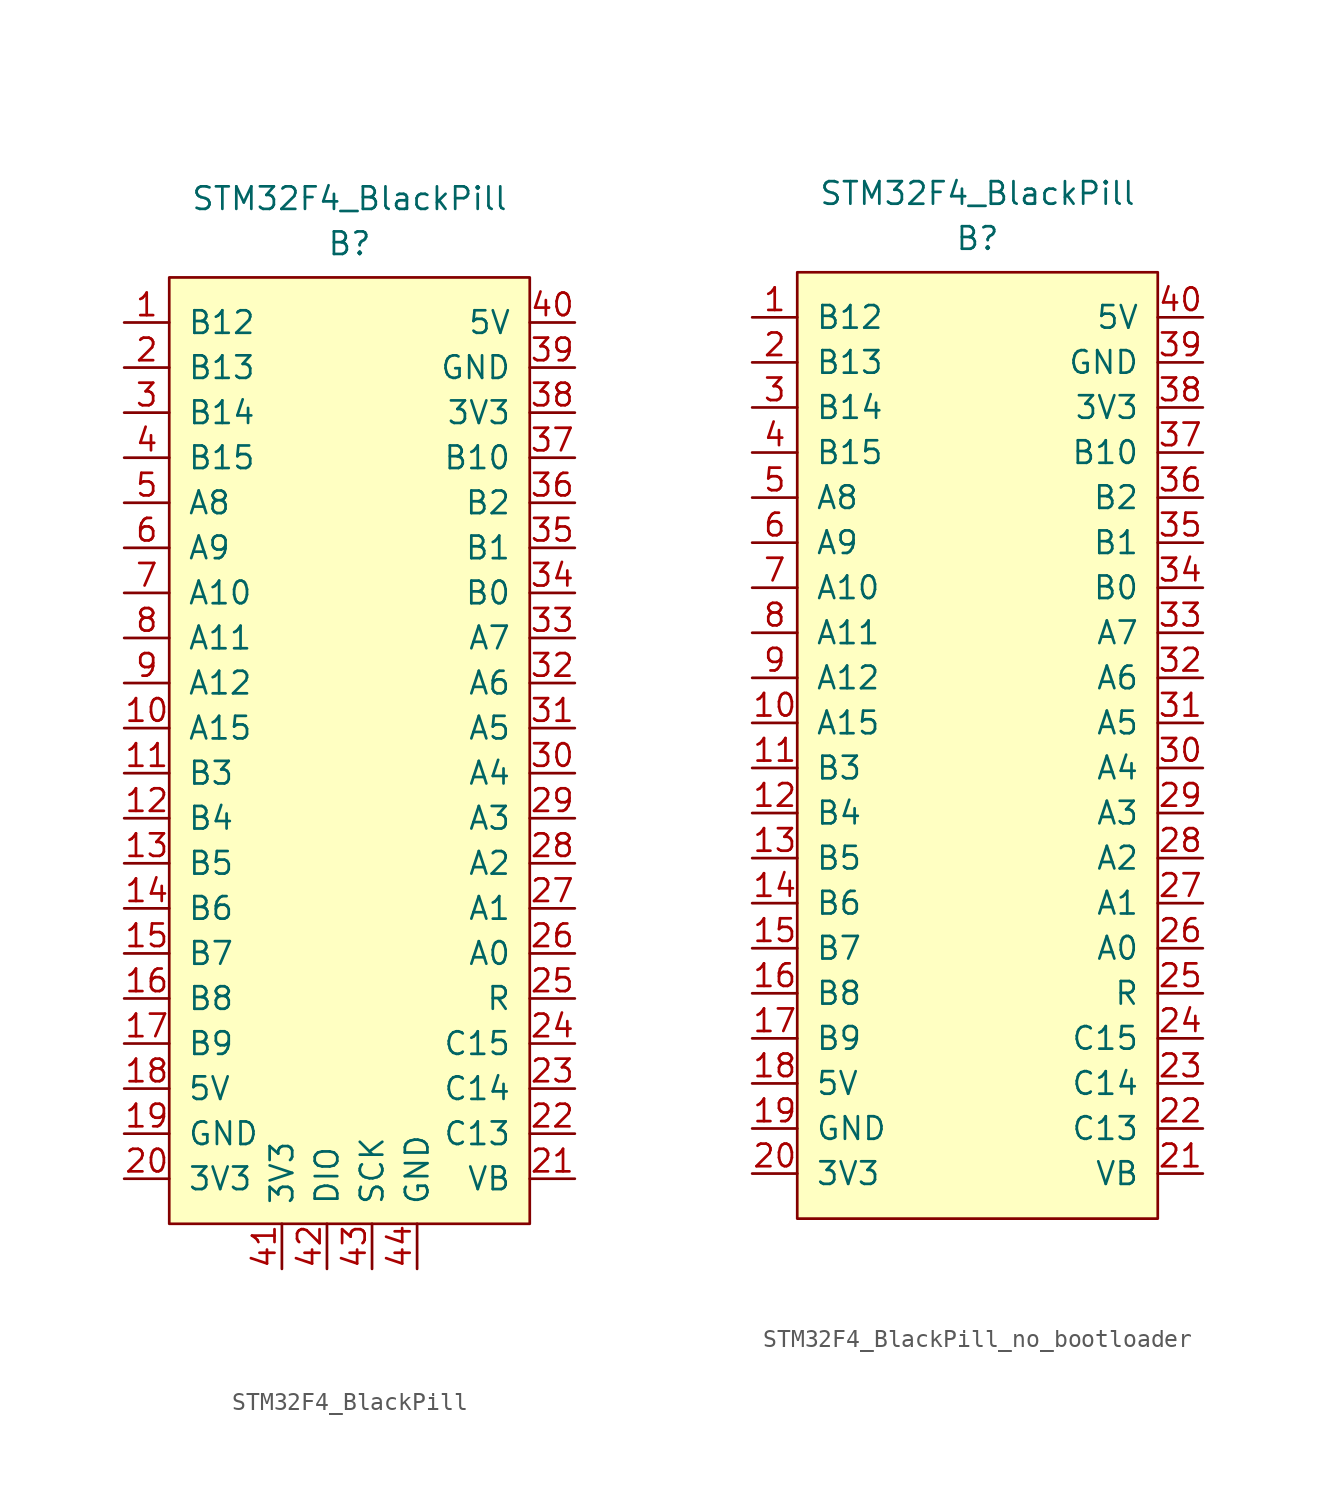
<source format=kicad_sym>
(kicad_symbol_lib
  (version 20241209)
  (generator "kicad_symbol_editor")
  (generator_version "9.0")
  (symbol "STM32F4_BlackPill"
    (pin_names
      (offset 1.016))
    (property "Reference" "B"
      (at 0 28.575 0)
      (effects (font (size 1.27 1.27))))
    (property "Value" "STM32F4_BlackPill"
      (at 0 31.115 0)
      (effects (font (size 1.27 1.27))))
    (symbol "STM32F4_BlackPill_0_1"
      (rectangle (start -10.16 -26.67) (end 10.16 26.67) (stroke (width 0) (type solid)) (fill (type background))))
    (symbol "STM32F4_BlackPill_1_1"
      (pin bidirectional line (at -12.7 24.13 0) (length 2.54) (name "B12" (effects (font (size 1.27 1.27)))) (number "1" (effects (font (size 1.27 1.27)))))
      (pin bidirectional line (at -12.7 21.59 0) (length 2.54) (name "B13" (effects (font (size 1.27 1.27)))) (number "2" (effects (font (size 1.27 1.27)))))
      (pin bidirectional line (at -12.7 19.05 0) (length 2.54) (name "B14" (effects (font (size 1.27 1.27)))) (number "3" (effects (font (size 1.27 1.27)))))
      (pin bidirectional line (at -12.7 16.51 0) (length 2.54) (name "B15" (effects (font (size 1.27 1.27)))) (number "4" (effects (font (size 1.27 1.27)))))
      (pin bidirectional line (at -12.7 13.97 0) (length 2.54) (name "A8" (effects (font (size 1.27 1.27)))) (number "5" (effects (font (size 1.27 1.27)))))
      (pin bidirectional line (at -12.7 11.43 0) (length 2.54) (name "A9" (effects (font (size 1.27 1.27)))) (number "6" (effects (font (size 1.27 1.27)))))
      (pin bidirectional line (at -12.7 8.89 0) (length 2.54) (name "A10" (effects (font (size 1.27 1.27)))) (number "7" (effects (font (size 1.27 1.27)))))
      (pin bidirectional line (at -12.7 6.35 0) (length 2.54) (name "A11" (effects (font (size 1.27 1.27)))) (number "8" (effects (font (size 1.27 1.27)))))
      (pin bidirectional line (at -12.7 3.81 0) (length 2.54) (name "A12" (effects (font (size 1.27 1.27)))) (number "9" (effects (font (size 1.27 1.27)))))
      (pin bidirectional line (at -12.7 1.27 0) (length 2.54) (name "A15" (effects (font (size 1.27 1.27)))) (number "10" (effects (font (size 1.27 1.27)))))
      (pin bidirectional line (at -12.7 -1.27 0) (length 2.54) (name "B3" (effects (font (size 1.27 1.27)))) (number "11" (effects (font (size 1.27 1.27)))))
      (pin bidirectional line (at -12.7 -3.81 0) (length 2.54) (name "B4" (effects (font (size 1.27 1.27)))) (number "12" (effects (font (size 1.27 1.27)))))
      (pin bidirectional line (at -12.7 -6.35 0) (length 2.54) (name "B5" (effects (font (size 1.27 1.27)))) (number "13" (effects (font (size 1.27 1.27)))))
      (pin bidirectional line (at -12.7 -8.89 0) (length 2.54) (name "B6" (effects (font (size 1.27 1.27)))) (number "14" (effects (font (size 1.27 1.27)))))
      (pin bidirectional line (at -12.7 -11.43 0) (length 2.54) (name "B7" (effects (font (size 1.27 1.27)))) (number "15" (effects (font (size 1.27 1.27)))))
      (pin bidirectional line (at -12.7 -13.97 0) (length 2.54) (name "B8" (effects (font (size 1.27 1.27)))) (number "16" (effects (font (size 1.27 1.27)))))
      (pin bidirectional line (at -12.7 -16.51 0) (length 2.54) (name "B9" (effects (font (size 1.27 1.27)))) (number "17" (effects (font (size 1.27 1.27)))))
      (pin power_in line (at -12.7 -19.05 0) (length 2.54) (name "5V" (effects (font (size 1.27 1.27)))) (number "18" (effects (font (size 1.27 1.27)))))
      (pin power_in line (at -12.7 -21.59 0) (length 2.54) (name "GND" (effects (font (size 1.27 1.27)))) (number "19" (effects (font (size 1.27 1.27)))))
      (pin power_in line (at -12.7 -24.13 0) (length 2.54) (name "3V3" (effects (font (size 1.27 1.27)))) (number "20" (effects (font (size 1.27 1.27)))))
      (pin power_in line (at -3.81 -29.21 90) (length 2.54) (name "3V3" (effects (font (size 1.27 1.27)))) (number "41" (effects (font (size 1.27 1.27)))))
      (pin bidirectional line (at -1.27 -29.21 90) (length 2.54) (name "DIO" (effects (font (size 1.27 1.27)))) (number "42" (effects (font (size 1.27 1.27)))))
      (pin bidirectional line (at 1.27 -29.21 90) (length 2.54) (name "SCK" (effects (font (size 1.27 1.27)))) (number "43" (effects (font (size 1.27 1.27)))))
      (pin power_in line (at 3.81 -29.21 90) (length 2.54) (name "GND" (effects (font (size 1.27 1.27)))) (number "44" (effects (font (size 1.27 1.27)))))
      (pin power_in line (at 12.7 24.13 180) (length 2.54) (name "5V" (effects (font (size 1.27 1.27)))) (number "40" (effects (font (size 1.27 1.27)))))
      (pin power_in line (at 12.7 21.59 180) (length 2.54) (name "GND" (effects (font (size 1.27 1.27)))) (number "39" (effects (font (size 1.27 1.27)))))
      (pin power_in line (at 12.7 19.05 180) (length 2.54) (name "3V3" (effects (font (size 1.27 1.27)))) (number "38" (effects (font (size 1.27 1.27)))))
      (pin bidirectional line (at 12.7 16.51 180) (length 2.54) (name "B10" (effects (font (size 1.27 1.27)))) (number "37" (effects (font (size 1.27 1.27)))))
      (pin bidirectional line (at 12.7 13.97 180) (length 2.54) (name "B2" (effects (font (size 1.27 1.27)))) (number "36" (effects (font (size 1.27 1.27)))))
      (pin bidirectional line (at 12.7 11.43 180) (length 2.54) (name "B1" (effects (font (size 1.27 1.27)))) (number "35" (effects (font (size 1.27 1.27)))))
      (pin bidirectional line (at 12.7 8.89 180) (length 2.54) (name "B0" (effects (font (size 1.27 1.27)))) (number "34" (effects (font (size 1.27 1.27)))))
      (pin bidirectional line (at 12.7 6.35 180) (length 2.54) (name "A7" (effects (font (size 1.27 1.27)))) (number "33" (effects (font (size 1.27 1.27)))))
      (pin bidirectional line (at 12.7 3.81 180) (length 2.54) (name "A6" (effects (font (size 1.27 1.27)))) (number "32" (effects (font (size 1.27 1.27)))))
      (pin bidirectional line (at 12.7 1.27 180) (length 2.54) (name "A5" (effects (font (size 1.27 1.27)))) (number "31" (effects (font (size 1.27 1.27)))))
      (pin bidirectional line (at 12.7 -1.27 180) (length 2.54) (name "A4" (effects (font (size 1.27 1.27)))) (number "30" (effects (font (size 1.27 1.27)))))
      (pin bidirectional line (at 12.7 -3.81 180) (length 2.54) (name "A3" (effects (font (size 1.27 1.27)))) (number "29" (effects (font (size 1.27 1.27)))))
      (pin bidirectional line (at 12.7 -6.35 180) (length 2.54) (name "A2" (effects (font (size 1.27 1.27)))) (number "28" (effects (font (size 1.27 1.27)))))
      (pin bidirectional line (at 12.7 -8.89 180) (length 2.54) (name "A1" (effects (font (size 1.27 1.27)))) (number "27" (effects (font (size 1.27 1.27)))))
      (pin bidirectional line (at 12.7 -11.43 180) (length 2.54) (name "A0" (effects (font (size 1.27 1.27)))) (number "26" (effects (font (size 1.27 1.27)))))
      (pin bidirectional line (at 12.7 -13.97 180) (length 2.54) (name "R" (effects (font (size 1.27 1.27)))) (number "25" (effects (font (size 1.27 1.27)))))
      (pin bidirectional line (at 12.7 -16.51 180) (length 2.54) (name "C15" (effects (font (size 1.27 1.27)))) (number "24" (effects (font (size 1.27 1.27)))))
      (pin bidirectional line (at 12.7 -19.05 180) (length 2.54) (name "C14" (effects (font (size 1.27 1.27)))) (number "23" (effects (font (size 1.27 1.27)))))
      (pin bidirectional line (at 12.7 -21.59 180) (length 2.54) (name "C13" (effects (font (size 1.27 1.27)))) (number "22" (effects (font (size 1.27 1.27)))))
      (pin bidirectional line (at 12.7 -24.13 180) (length 2.54) (name "VB" (effects (font (size 1.27 1.27)))) (number "21" (effects (font (size 1.27 1.27)))))))
  (symbol "STM32F4_BlackPill_no_bootloader"
    (pin_names
      (offset 1.016))
    (property "Reference" "B"
      (at 0 28.575 0)
      (effects (font (size 1.27 1.27))))
    (property "Value" "STM32F4_BlackPill"
      (at 0 31.115 0)
      (effects (font (size 1.27 1.27))))
    (symbol "STM32F4_BlackPill_no_bootloader_0_1"
      (rectangle (start -10.16 -26.67) (end 10.16 26.67) (stroke (width 0) (type solid)) (fill (type background))))
    (symbol "STM32F4_BlackPill_no_bootloader_1_1"
      (pin bidirectional line (at -12.7 24.13 0) (length 2.54) (name "B12" (effects (font (size 1.27 1.27)))) (number "1" (effects (font (size 1.27 1.27)))))
      (pin bidirectional line (at -12.7 21.59 0) (length 2.54) (name "B13" (effects (font (size 1.27 1.27)))) (number "2" (effects (font (size 1.27 1.27)))))
      (pin bidirectional line (at -12.7 19.05 0) (length 2.54) (name "B14" (effects (font (size 1.27 1.27)))) (number "3" (effects (font (size 1.27 1.27)))))
      (pin bidirectional line (at -12.7 16.51 0) (length 2.54) (name "B15" (effects (font (size 1.27 1.27)))) (number "4" (effects (font (size 1.27 1.27)))))
      (pin bidirectional line (at -12.7 13.97 0) (length 2.54) (name "A8" (effects (font (size 1.27 1.27)))) (number "5" (effects (font (size 1.27 1.27)))))
      (pin bidirectional line (at -12.7 11.43 0) (length 2.54) (name "A9" (effects (font (size 1.27 1.27)))) (number "6" (effects (font (size 1.27 1.27)))))
      (pin bidirectional line (at -12.7 8.89 0) (length 2.54) (name "A10" (effects (font (size 1.27 1.27)))) (number "7" (effects (font (size 1.27 1.27)))))
      (pin bidirectional line (at -12.7 6.35 0) (length 2.54) (name "A11" (effects (font (size 1.27 1.27)))) (number "8" (effects (font (size 1.27 1.27)))))
      (pin bidirectional line (at -12.7 3.81 0) (length 2.54) (name "A12" (effects (font (size 1.27 1.27)))) (number "9" (effects (font (size 1.27 1.27)))))
      (pin bidirectional line (at -12.7 1.27 0) (length 2.54) (name "A15" (effects (font (size 1.27 1.27)))) (number "10" (effects (font (size 1.27 1.27)))))
      (pin bidirectional line (at -12.7 -1.27 0) (length 2.54) (name "B3" (effects (font (size 1.27 1.27)))) (number "11" (effects (font (size 1.27 1.27)))))
      (pin bidirectional line (at -12.7 -3.81 0) (length 2.54) (name "B4" (effects (font (size 1.27 1.27)))) (number "12" (effects (font (size 1.27 1.27)))))
      (pin bidirectional line (at -12.7 -6.35 0) (length 2.54) (name "B5" (effects (font (size 1.27 1.27)))) (number "13" (effects (font (size 1.27 1.27)))))
      (pin bidirectional line (at -12.7 -8.89 0) (length 2.54) (name "B6" (effects (font (size 1.27 1.27)))) (number "14" (effects (font (size 1.27 1.27)))))
      (pin bidirectional line (at -12.7 -11.43 0) (length 2.54) (name "B7" (effects (font (size 1.27 1.27)))) (number "15" (effects (font (size 1.27 1.27)))))
      (pin bidirectional line (at -12.7 -13.97 0) (length 2.54) (name "B8" (effects (font (size 1.27 1.27)))) (number "16" (effects (font (size 1.27 1.27)))))
      (pin bidirectional line (at -12.7 -16.51 0) (length 2.54) (name "B9" (effects (font (size 1.27 1.27)))) (number "17" (effects (font (size 1.27 1.27)))))
      (pin power_in line (at -12.7 -19.05 0) (length 2.54) (name "5V" (effects (font (size 1.27 1.27)))) (number "18" (effects (font (size 1.27 1.27)))))
      (pin power_in line (at -12.7 -21.59 0) (length 2.54) (name "GND" (effects (font (size 1.27 1.27)))) (number "19" (effects (font (size 1.27 1.27)))))
      (pin power_in line (at -12.7 -24.13 0) (length 2.54) (name "3V3" (effects (font (size 1.27 1.27)))) (number "20" (effects (font (size 1.27 1.27)))))
      (pin power_in line (at 12.7 24.13 180) (length 2.54) (name "5V" (effects (font (size 1.27 1.27)))) (number "40" (effects (font (size 1.27 1.27)))))
      (pin power_in line (at 12.7 21.59 180) (length 2.54) (name "GND" (effects (font (size 1.27 1.27)))) (number "39" (effects (font (size 1.27 1.27)))))
      (pin power_in line (at 12.7 19.05 180) (length 2.54) (name "3V3" (effects (font (size 1.27 1.27)))) (number "38" (effects (font (size 1.27 1.27)))))
      (pin bidirectional line (at 12.7 16.51 180) (length 2.54) (name "B10" (effects (font (size 1.27 1.27)))) (number "37" (effects (font (size 1.27 1.27)))))
      (pin bidirectional line (at 12.7 13.97 180) (length 2.54) (name "B2" (effects (font (size 1.27 1.27)))) (number "36" (effects (font (size 1.27 1.27)))))
      (pin bidirectional line (at 12.7 11.43 180) (length 2.54) (name "B1" (effects (font (size 1.27 1.27)))) (number "35" (effects (font (size 1.27 1.27)))))
      (pin bidirectional line (at 12.7 8.89 180) (length 2.54) (name "B0" (effects (font (size 1.27 1.27)))) (number "34" (effects (font (size 1.27 1.27)))))
      (pin bidirectional line (at 12.7 6.35 180) (length 2.54) (name "A7" (effects (font (size 1.27 1.27)))) (number "33" (effects (font (size 1.27 1.27)))))
      (pin bidirectional line (at 12.7 3.81 180) (length 2.54) (name "A6" (effects (font (size 1.27 1.27)))) (number "32" (effects (font (size 1.27 1.27)))))
      (pin bidirectional line (at 12.7 1.27 180) (length 2.54) (name "A5" (effects (font (size 1.27 1.27)))) (number "31" (effects (font (size 1.27 1.27)))))
      (pin bidirectional line (at 12.7 -1.27 180) (length 2.54) (name "A4" (effects (font (size 1.27 1.27)))) (number "30" (effects (font (size 1.27 1.27)))))
      (pin bidirectional line (at 12.7 -3.81 180) (length 2.54) (name "A3" (effects (font (size 1.27 1.27)))) (number "29" (effects (font (size 1.27 1.27)))))
      (pin bidirectional line (at 12.7 -6.35 180) (length 2.54) (name "A2" (effects (font (size 1.27 1.27)))) (number "28" (effects (font (size 1.27 1.27)))))
      (pin bidirectional line (at 12.7 -8.89 180) (length 2.54) (name "A1" (effects (font (size 1.27 1.27)))) (number "27" (effects (font (size 1.27 1.27)))))
      (pin bidirectional line (at 12.7 -11.43 180) (length 2.54) (name "A0" (effects (font (size 1.27 1.27)))) (number "26" (effects (font (size 1.27 1.27)))))
      (pin bidirectional line (at 12.7 -13.97 180) (length 2.54) (name "R" (effects (font (size 1.27 1.27)))) (number "25" (effects (font (size 1.27 1.27)))))
      (pin bidirectional line (at 12.7 -16.51 180) (length 2.54) (name "C15" (effects (font (size 1.27 1.27)))) (number "24" (effects (font (size 1.27 1.27)))))
      (pin bidirectional line (at 12.7 -19.05 180) (length 2.54) (name "C14" (effects (font (size 1.27 1.27)))) (number "23" (effects (font (size 1.27 1.27)))))
      (pin bidirectional line (at 12.7 -21.59 180) (length 2.54) (name "C13" (effects (font (size 1.27 1.27)))) (number "22" (effects (font (size 1.27 1.27)))))
      (pin bidirectional line (at 12.7 -24.13 180) (length 2.54) (name "VB" (effects (font (size 1.27 1.27)))) (number "21" (effects (font (size 1.27 1.27))))))))
</source>
